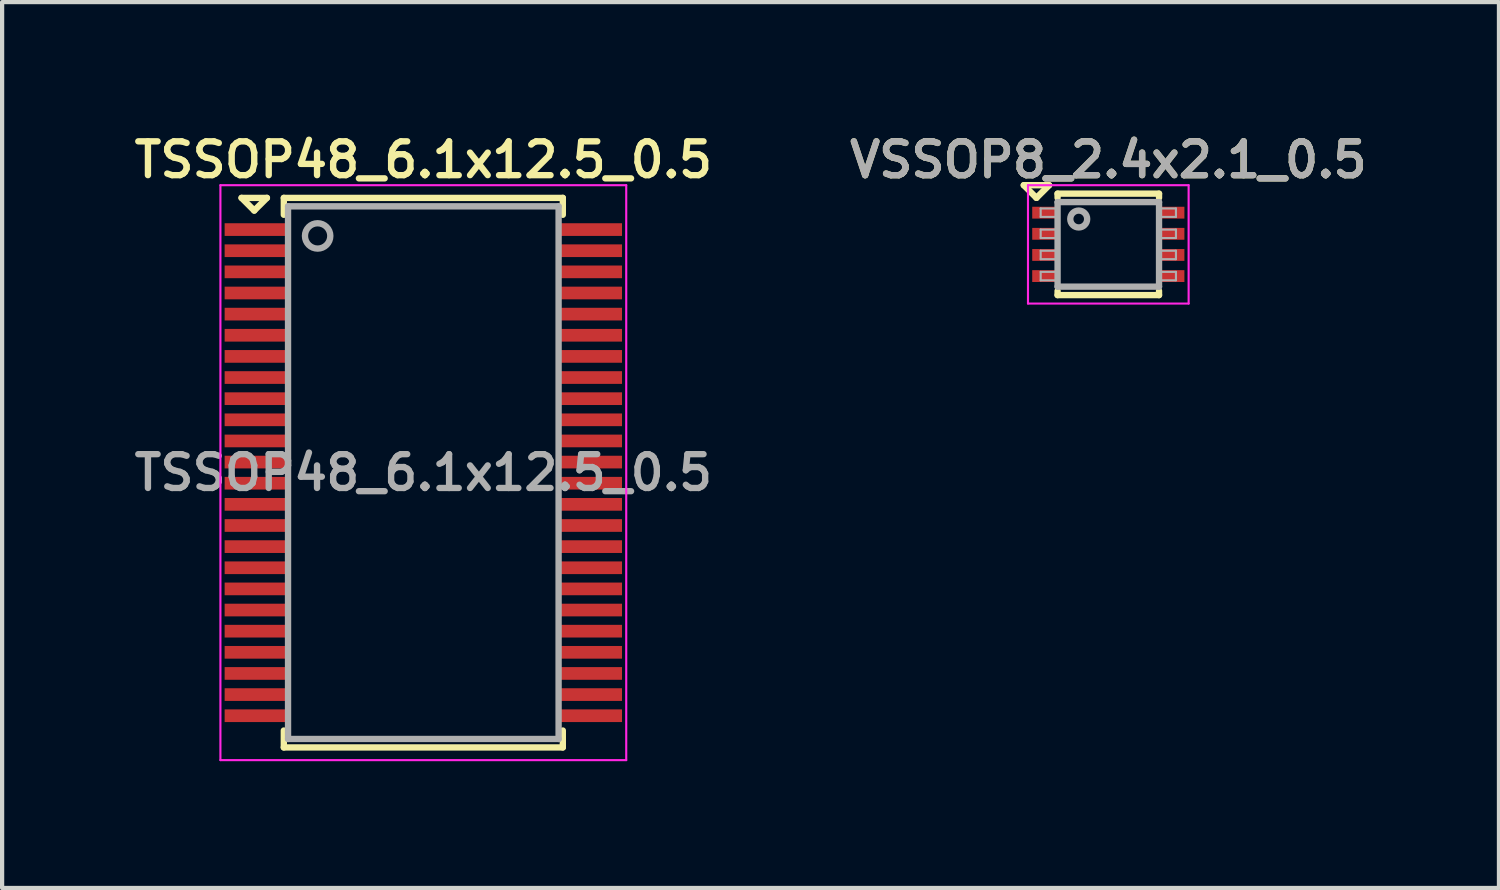
<source format=kicad_pcb>
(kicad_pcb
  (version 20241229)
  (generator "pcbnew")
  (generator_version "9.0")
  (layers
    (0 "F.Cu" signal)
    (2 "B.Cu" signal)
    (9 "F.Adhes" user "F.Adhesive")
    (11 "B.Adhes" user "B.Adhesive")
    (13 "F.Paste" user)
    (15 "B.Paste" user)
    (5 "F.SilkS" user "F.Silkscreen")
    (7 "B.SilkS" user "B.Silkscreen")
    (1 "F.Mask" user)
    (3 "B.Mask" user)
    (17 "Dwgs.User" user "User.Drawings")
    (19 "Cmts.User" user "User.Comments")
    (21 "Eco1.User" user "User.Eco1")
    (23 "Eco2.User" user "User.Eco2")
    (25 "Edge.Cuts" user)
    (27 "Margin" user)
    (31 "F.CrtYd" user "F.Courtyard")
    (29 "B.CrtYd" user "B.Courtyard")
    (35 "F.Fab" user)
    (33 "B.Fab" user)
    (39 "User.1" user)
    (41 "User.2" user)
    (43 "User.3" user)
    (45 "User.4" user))
  (footprint "TSSOP48_6.1x12.5_0.5"
    (layer "F.Cu")
    (at 6.964 8.131)
    (property "Reference" "TSSOP48_6.1x12.5_0.5" (at 0 -7.4 0) (layer "F.SilkS") (effects (font (size 0.8 0.8) (thickness 0.15))))
    (attr through_hole)
    (fp_line (start -4.3 -6.5) (end -3.7 -6.5) (stroke (width 0.15) (type solid)) (layer "F.SilkS"))
    (fp_line (start -4 -6.2) (end -4.3 -6.5) (stroke (width 0.15) (type solid)) (layer "F.SilkS"))
    (fp_line (start -3.7 -6.5) (end -4 -6.2) (stroke (width 0.15) (type solid)) (layer "F.SilkS"))
    (fp_line (start -3.3 -6.5) (end 3.3 -6.5) (stroke (width 0.15) (type solid)) (layer "F.SilkS"))
    (fp_line (start -3.3 -6.1) (end -3.3 -6.5) (stroke (width 0.15) (type solid)) (layer "F.SilkS"))
    (fp_line (start -3.3 6.1) (end -3.3 6.5) (stroke (width 0.15) (type solid)) (layer "F.SilkS"))
    (fp_line (start -3.3 6.5) (end 3.3 6.5) (stroke (width 0.15) (type solid)) (layer "F.SilkS"))
    (fp_line (start 3.3 -6.5) (end 3.3 -6.1) (stroke (width 0.15) (type solid)) (layer "F.SilkS"))
    (fp_line (start 3.3 6.5) (end 3.3 6.1) (stroke (width 0.15) (type solid)) (layer "F.SilkS"))
    (fp_line (start -4.8 -6.8) (end 4.8 -6.8) (stroke (width 0.05) (type solid)) (layer "F.CrtYd"))
    (fp_line (start -4.8 6.8) (end -4.8 -6.8) (stroke (width 0.05) (type solid)) (layer "F.CrtYd"))
    (fp_line (start 4.8 -6.8) (end 4.8 6.8) (stroke (width 0.05) (type solid)) (layer "F.CrtYd"))
    (fp_line (start 4.8 6.8) (end -4.8 6.8) (stroke (width 0.05) (type solid)) (layer "F.CrtYd"))
    (fp_line (start -3.2 -6.3) (end -3.2 6.3) (stroke (width 0.15) (type solid)) (layer "F.Fab"))
    (fp_line (start -3.2 6.3) (end 3.2 6.3) (stroke (width 0.15) (type solid)) (layer "F.Fab"))
    (fp_line (start 3.2 -6.3) (end -3.2 -6.3) (stroke (width 0.15) (type solid)) (layer "F.Fab"))
    (fp_line (start 3.2 6.3) (end 3.2 -6.3) (stroke (width 0.15) (type solid)) (layer "F.Fab"))
    (fp_circle (center -2.5 -5.6) (end -2.2 -5.6) (stroke (width 0.15) (type solid)) (fill no) (layer "F.Fab"))
    (fp_text user "${REFERENCE}" (at 0 0 0) (layer "F.Fab") (effects (font (size 0.8 0.8) (thickness 0.15))))
    (pad "1" smd rect (at -3.95 -5.75) (size 1.5 0.3) (layers "F.Cu" "F.Mask" "F.Paste"))
    (pad "2" smd rect (at -3.95 -5.25) (size 1.5 0.3) (layers "F.Cu" "F.Mask" "F.Paste"))
    (pad "3" smd rect (at -3.95 -4.75) (size 1.5 0.3) (layers "F.Cu" "F.Mask" "F.Paste"))
    (pad "4" smd rect (at -3.95 -4.25) (size 1.5 0.3) (layers "F.Cu" "F.Mask" "F.Paste"))
    (pad "5" smd rect (at -3.95 -3.75) (size 1.5 0.3) (layers "F.Cu" "F.Mask" "F.Paste"))
    (pad "6" smd rect (at -3.95 -3.25) (size 1.5 0.3) (layers "F.Cu" "F.Mask" "F.Paste"))
    (pad "7" smd rect (at -3.95 -2.75) (size 1.5 0.3) (layers "F.Cu" "F.Mask" "F.Paste"))
    (pad "8" smd rect (at -3.95 -2.25) (size 1.5 0.3) (layers "F.Cu" "F.Mask" "F.Paste"))
    (pad "9" smd rect (at -3.95 -1.75) (size 1.5 0.3) (layers "F.Cu" "F.Mask" "F.Paste"))
    (pad "10" smd rect (at -3.95 -1.25) (size 1.5 0.3) (layers "F.Cu" "F.Mask" "F.Paste"))
    (pad "11" smd rect (at -3.95 -0.75) (size 1.5 0.3) (layers "F.Cu" "F.Mask" "F.Paste"))
    (pad "12" smd rect (at -3.95 -0.25) (size 1.5 0.3) (layers "F.Cu" "F.Mask" "F.Paste"))
    (pad "13" smd rect (at -3.95 0.25) (size 1.5 0.3) (layers "F.Cu" "F.Mask" "F.Paste"))
    (pad "14" smd rect (at -3.95 0.75) (size 1.5 0.3) (layers "F.Cu" "F.Mask" "F.Paste"))
    (pad "15" smd rect (at -3.95 1.25) (size 1.5 0.3) (layers "F.Cu" "F.Mask" "F.Paste"))
    (pad "16" smd rect (at -3.95 1.75) (size 1.5 0.3) (layers "F.Cu" "F.Mask" "F.Paste"))
    (pad "17" smd rect (at -3.95 2.25) (size 1.5 0.3) (layers "F.Cu" "F.Mask" "F.Paste"))
    (pad "18" smd rect (at -3.95 2.75) (size 1.5 0.3) (layers "F.Cu" "F.Mask" "F.Paste"))
    (pad "19" smd rect (at -3.95 3.25) (size 1.5 0.3) (layers "F.Cu" "F.Mask" "F.Paste"))
    (pad "20" smd rect (at -3.95 3.75) (size 1.5 0.3) (layers "F.Cu" "F.Mask" "F.Paste"))
    (pad "21" smd rect (at -3.95 4.25) (size 1.5 0.3) (layers "F.Cu" "F.Mask" "F.Paste"))
    (pad "22" smd rect (at -3.95 4.75) (size 1.5 0.3) (layers "F.Cu" "F.Mask" "F.Paste"))
    (pad "23" smd rect (at -3.95 5.25) (size 1.5 0.3) (layers "F.Cu" "F.Mask" "F.Paste"))
    (pad "24" smd rect (at -3.95 5.75) (size 1.5 0.3) (layers "F.Cu" "F.Mask" "F.Paste"))
    (pad "25" smd rect (at 3.95 5.75) (size 1.5 0.3) (layers "F.Cu" "F.Mask" "F.Paste"))
    (pad "26" smd rect (at 3.95 5.25) (size 1.5 0.3) (layers "F.Cu" "F.Mask" "F.Paste"))
    (pad "27" smd rect (at 3.95 4.75) (size 1.5 0.3) (layers "F.Cu" "F.Mask" "F.Paste"))
    (pad "28" smd rect (at 3.95 4.25) (size 1.5 0.3) (layers "F.Cu" "F.Mask" "F.Paste"))
    (pad "29" smd rect (at 3.95 3.75) (size 1.5 0.3) (layers "F.Cu" "F.Mask" "F.Paste"))
    (pad "30" smd rect (at 3.95 3.25) (size 1.5 0.3) (layers "F.Cu" "F.Mask" "F.Paste"))
    (pad "31" smd rect (at 3.95 2.75) (size 1.5 0.3) (layers "F.Cu" "F.Mask" "F.Paste"))
    (pad "32" smd rect (at 3.95 2.25) (size 1.5 0.3) (layers "F.Cu" "F.Mask" "F.Paste"))
    (pad "33" smd rect (at 3.95 1.75) (size 1.5 0.3) (layers "F.Cu" "F.Mask" "F.Paste"))
    (pad "34" smd rect (at 3.95 1.25) (size 1.5 0.3) (layers "F.Cu" "F.Mask" "F.Paste"))
    (pad "35" smd rect (at 3.95 0.75) (size 1.5 0.3) (layers "F.Cu" "F.Mask" "F.Paste"))
    (pad "36" smd rect (at 3.95 0.25) (size 1.5 0.3) (layers "F.Cu" "F.Mask" "F.Paste"))
    (pad "37" smd rect (at 3.95 -0.25) (size 1.5 0.3) (layers "F.Cu" "F.Mask" "F.Paste"))
    (pad "38" smd rect (at 3.95 -0.75) (size 1.5 0.3) (layers "F.Cu" "F.Mask" "F.Paste"))
    (pad "39" smd rect (at 3.95 -1.25) (size 1.5 0.3) (layers "F.Cu" "F.Mask" "F.Paste"))
    (pad "40" smd rect (at 3.95 -1.75) (size 1.5 0.3) (layers "F.Cu" "F.Mask" "F.Paste"))
    (pad "41" smd rect (at 3.95 -2.25) (size 1.5 0.3) (layers "F.Cu" "F.Mask" "F.Paste"))
    (pad "42" smd rect (at 3.95 -2.75) (size 1.5 0.3) (layers "F.Cu" "F.Mask" "F.Paste"))
    (pad "43" smd rect (at 3.95 -3.25) (size 1.5 0.3) (layers "F.Cu" "F.Mask" "F.Paste"))
    (pad "44" smd rect (at 3.95 -3.75) (size 1.5 0.3) (layers "F.Cu" "F.Mask" "F.Paste"))
    (pad "45" smd rect (at 3.95 -4.25) (size 1.5 0.3) (layers "F.Cu" "F.Mask" "F.Paste"))
    (pad "46" smd rect (at 3.95 -4.75) (size 1.5 0.3) (layers "F.Cu" "F.Mask" "F.Paste"))
    (pad "47" smd rect (at 3.95 -5.25) (size 1.5 0.3) (layers "F.Cu" "F.Mask" "F.Paste"))
    (pad "48" smd rect (at 3.95 -5.75) (size 1.5 0.3) (layers "F.Cu" "F.Mask" "F.Paste")))
  (footprint "VSSOP8_2.4x2.1_0.5"
    (layer "F.Cu")
    (at 23.168 2.731)
    (property "Reference" "VSSOP8_2.4x2.1_0.5" (at 0 -2 0) (layer "F.SilkS") (effects (font (size 0.8 0.8) (thickness 0.15))))
    (attr smd)
    (fp_line (start -2 -1.4) (end -1.4 -1.4) (stroke (width 0.15) (type solid)) (layer "F.SilkS"))
    (fp_line (start -1.7 -1.1) (end -2 -1.4) (stroke (width 0.15) (type solid)) (layer "F.SilkS"))
    (fp_line (start -1.7 -1.1) (end -1.4 -1.4) (stroke (width 0.15) (type solid)) (layer "F.SilkS"))
    (fp_line (start -1.2 -1.2) (end -1.2 -1.1) (stroke (width 0.15) (type solid)) (layer "F.SilkS"))
    (fp_line (start -1.2 -1.2) (end 1.2 -1.2) (stroke (width 0.15) (type solid)) (layer "F.SilkS"))
    (fp_line (start -1.2 1.2) (end -1.2 1.1) (stroke (width 0.15) (type solid)) (layer "F.SilkS"))
    (fp_line (start 1.2 -1.2) (end 1.2 -1.1) (stroke (width 0.15) (type solid)) (layer "F.SilkS"))
    (fp_line (start 1.2 1.2) (end -1.2 1.2) (stroke (width 0.15) (type solid)) (layer "F.SilkS"))
    (fp_line (start 1.2 1.2) (end 1.2 1.1) (stroke (width 0.15) (type solid)) (layer "F.SilkS"))
    (fp_line (start -1.9 -1.4) (end -1.9 1.4) (stroke (width 0.05) (type solid)) (layer "F.CrtYd"))
    (fp_line (start -1.9 -1.4) (end 1.9 -1.4) (stroke (width 0.05) (type solid)) (layer "F.CrtYd"))
    (fp_line (start -1.9 1.4) (end 1.9 1.4) (stroke (width 0.05) (type solid)) (layer "F.CrtYd"))
    (fp_line (start 1.9 -1.4) (end 1.9 1.4) (stroke (width 0.05) (type solid)) (layer "F.CrtYd"))
    (fp_line (start -1.6 -0.85) (end -1.6 -0.65) (stroke (width 0.05) (type solid)) (layer "F.Fab"))
    (fp_line (start -1.6 -0.65) (end -1.2 -0.65) (stroke (width 0.05) (type solid)) (layer "F.Fab"))
    (fp_line (start -1.6 -0.35) (end -1.6 -0.15) (stroke (width 0.05) (type solid)) (layer "F.Fab"))
    (fp_line (start -1.6 -0.15) (end -1.2 -0.15) (stroke (width 0.05) (type solid)) (layer "F.Fab"))
    (fp_line (start -1.6 0.15) (end -1.6 0.35) (stroke (width 0.05) (type solid)) (layer "F.Fab"))
    (fp_line (start -1.6 0.35) (end -1.2 0.35) (stroke (width 0.05) (type solid)) (layer "F.Fab"))
    (fp_line (start -1.6 0.65) (end -1.6 0.85) (stroke (width 0.05) (type solid)) (layer "F.Fab"))
    (fp_line (start -1.6 0.85) (end -1.2 0.85) (stroke (width 0.05) (type solid)) (layer "F.Fab"))
    (fp_line (start -1.2 -1) (end 1.2 -1) (stroke (width 0.15) (type solid)) (layer "F.Fab"))
    (fp_line (start -1.2 -0.85) (end -1.6 -0.85) (stroke (width 0.05) (type solid)) (layer "F.Fab"))
    (fp_line (start -1.2 -0.35) (end -1.6 -0.35) (stroke (width 0.05) (type solid)) (layer "F.Fab"))
    (fp_line (start -1.2 0.15) (end -1.6 0.15) (stroke (width 0.05) (type solid)) (layer "F.Fab"))
    (fp_line (start -1.2 0.65) (end -1.6 0.65) (stroke (width 0.05) (type solid)) (layer "F.Fab"))
    (fp_line (start -1.2 1) (end -1.2 -1) (stroke (width 0.15) (type solid)) (layer "F.Fab"))
    (fp_line (start 1.2 -1) (end 1.2 1) (stroke (width 0.15) (type solid)) (layer "F.Fab"))
    (fp_line (start 1.2 -0.65) (end 1.6 -0.65) (stroke (width 0.05) (type solid)) (layer "F.Fab"))
    (fp_line (start 1.2 -0.15) (end 1.6 -0.15) (stroke (width 0.05) (type solid)) (layer "F.Fab"))
    (fp_line (start 1.2 0.35) (end 1.6 0.35) (stroke (width 0.05) (type solid)) (layer "F.Fab"))
    (fp_line (start 1.2 0.85) (end 1.6 0.85) (stroke (width 0.05) (type solid)) (layer "F.Fab"))
    (fp_line (start 1.2 1) (end -1.2 1) (stroke (width 0.15) (type solid)) (layer "F.Fab"))
    (fp_line (start 1.6 -0.85) (end 1.2 -0.85) (stroke (width 0.05) (type solid)) (layer "F.Fab"))
    (fp_line (start 1.6 -0.65) (end 1.6 -0.85) (stroke (width 0.05) (type solid)) (layer "F.Fab"))
    (fp_line (start 1.6 -0.35) (end 1.2 -0.35) (stroke (width 0.05) (type solid)) (layer "F.Fab"))
    (fp_line (start 1.6 -0.15) (end 1.6 -0.35) (stroke (width 0.05) (type solid)) (layer "F.Fab"))
    (fp_line (start 1.6 0.15) (end 1.2 0.15) (stroke (width 0.05) (type solid)) (layer "F.Fab"))
    (fp_line (start 1.6 0.35) (end 1.6 0.15) (stroke (width 0.05) (type solid)) (layer "F.Fab"))
    (fp_line (start 1.6 0.65) (end 1.2 0.65) (stroke (width 0.05) (type solid)) (layer "F.Fab"))
    (fp_line (start 1.6 0.85) (end 1.6 0.65) (stroke (width 0.05) (type solid)) (layer "F.Fab"))
    (fp_circle (center -0.7 -0.6) (end -0.5 -0.6) (stroke (width 0.15) (type solid)) (fill no) (layer "F.Fab"))
    (fp_text user "${REFERENCE}" (at 0 -2 0) (layer "F.Fab") (effects (font (size 0.8 0.8) (thickness 0.15))))
    (pad "1" smd rect (at -1.5 -0.75) (size 0.6 0.28) (layers "F.Cu" "F.Mask" "F.Paste"))
    (pad "2" smd rect (at -1.5 -0.25) (size 0.6 0.28) (layers "F.Cu" "F.Mask" "F.Paste"))
    (pad "3" smd rect (at -1.5 0.25) (size 0.6 0.28) (layers "F.Cu" "F.Mask" "F.Paste"))
    (pad "4" smd rect (at -1.5 0.75) (size 0.6 0.28) (layers "F.Cu" "F.Mask" "F.Paste"))
    (pad "5" smd rect (at 1.5 0.75) (size 0.6 0.28) (layers "F.Cu" "F.Mask" "F.Paste"))
    (pad "6" smd rect (at 1.5 0.25) (size 0.6 0.28) (layers "F.Cu" "F.Mask" "F.Paste"))
    (pad "7" smd rect (at 1.5 -0.25) (size 0.6 0.28) (layers "F.Cu" "F.Mask" "F.Paste"))
    (pad "8" smd rect (at 1.5 -0.75) (size 0.6 0.28) (layers "F.Cu" "F.Mask" "F.Paste")))
  (gr_rect
    (start -3 -3)
    (end 32.409 17.956)
    (stroke (width 0.1) (type default))
    (fill no)
    (layer "Edge.Cuts")))
</source>
